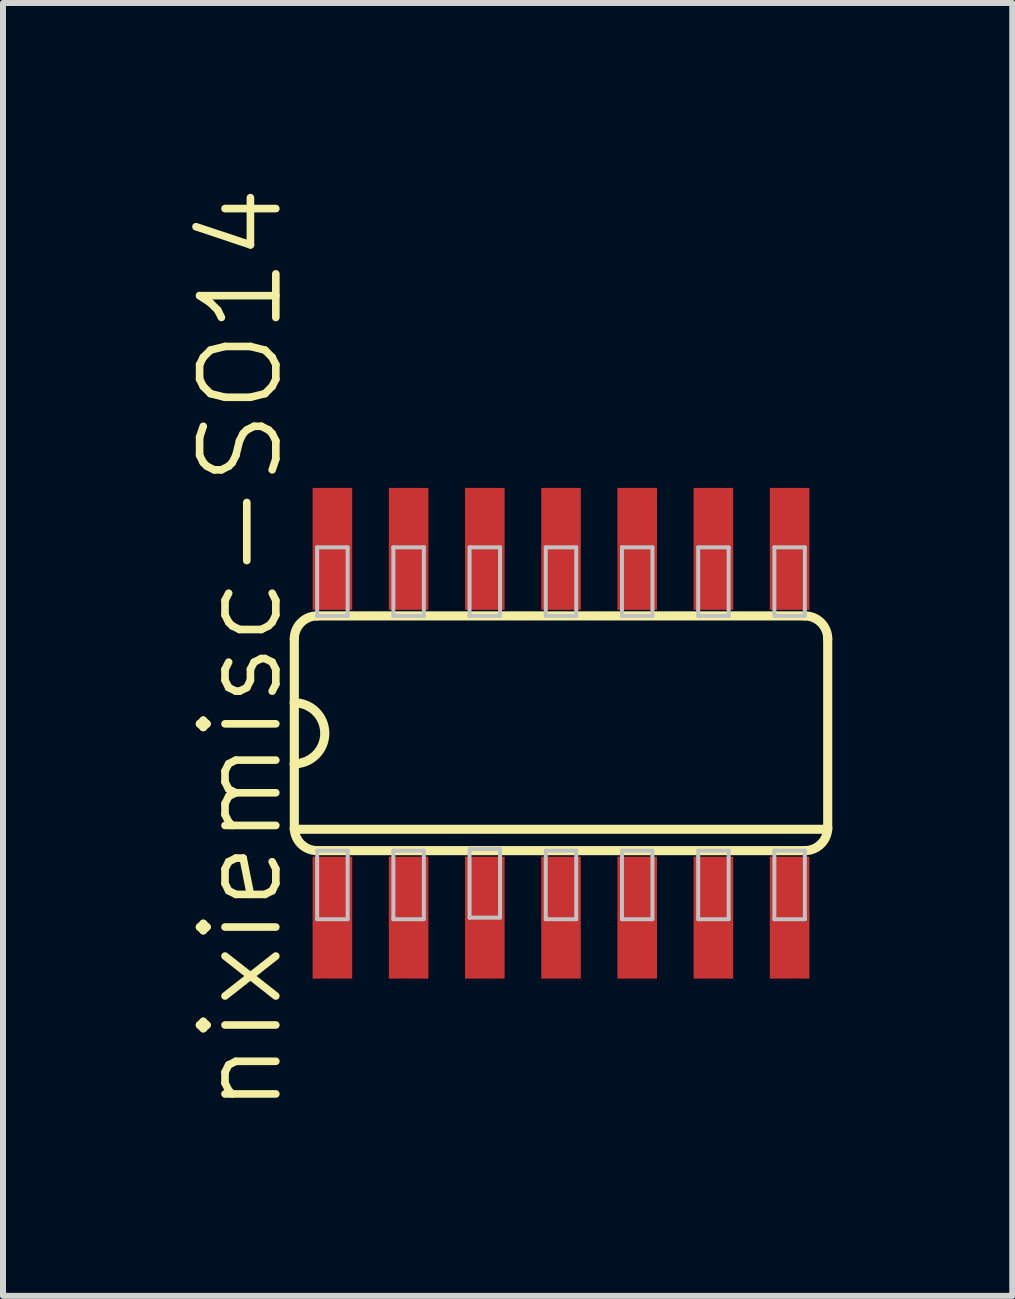
<source format=kicad_pcb>
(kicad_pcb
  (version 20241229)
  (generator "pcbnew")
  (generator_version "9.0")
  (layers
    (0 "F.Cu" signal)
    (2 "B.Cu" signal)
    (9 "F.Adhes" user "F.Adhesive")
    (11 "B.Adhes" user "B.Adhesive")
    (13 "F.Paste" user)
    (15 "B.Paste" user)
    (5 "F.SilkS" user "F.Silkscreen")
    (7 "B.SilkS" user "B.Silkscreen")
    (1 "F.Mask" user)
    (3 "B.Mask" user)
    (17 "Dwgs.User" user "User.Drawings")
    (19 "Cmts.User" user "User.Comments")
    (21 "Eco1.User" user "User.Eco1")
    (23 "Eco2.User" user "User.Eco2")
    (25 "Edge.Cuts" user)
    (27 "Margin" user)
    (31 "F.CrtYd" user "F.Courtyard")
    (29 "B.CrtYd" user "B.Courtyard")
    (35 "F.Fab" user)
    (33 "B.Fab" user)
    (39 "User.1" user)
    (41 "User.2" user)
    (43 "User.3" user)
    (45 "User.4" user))
  (footprint "nixiemisc-SO14"
    (layer "F.Cu")
    (at 6.3 9.171)
    (property "Reference" "nixiemisc-SO14" (at -5.334 -1.397 90) (layer "F.SilkS") (effects (font (size 1.27 1.27) (thickness 0.127))))
    (attr smd)
    (fp_line (start -4.445 -1.575) (end -4.445 -0.508) (stroke (width 0.152) (type solid)) (layer "F.SilkS"))
    (fp_line (start -4.445 -0.508) (end -4.445 0.508) (stroke (width 0.152) (type solid)) (layer "F.SilkS"))
    (fp_line (start -4.445 0.508) (end -4.445 1.575) (stroke (width 0.152) (type solid)) (layer "F.SilkS"))
    (fp_line (start -4.445 1.6) (end 4.445 1.6) (stroke (width 0.152) (type solid)) (layer "F.SilkS"))
    (fp_line (start -4.064 1.956) (end 4.064 1.956) (stroke (width 0.152) (type solid)) (layer "F.SilkS"))
    (fp_line (start 4.064 -1.956) (end -4.064 -1.956) (stroke (width 0.152) (type solid)) (layer "F.SilkS"))
    (fp_line (start 4.445 1.575) (end 4.445 -1.575) (stroke (width 0.152) (type solid)) (layer "F.SilkS"))
    (fp_arc (start -4.445 -1.5748) (mid -4.333408 -1.844208) (end -4.064 -1.9558) (stroke (width 0.1524) (type solid)) (layer "F.SilkS"))
    (fp_arc (start -4.445 -0.508) (mid -3.937 0) (end -4.445 0.508) (stroke (width 0.1524) (type solid)) (layer "F.SilkS"))
    (fp_arc (start -4.064 1.9558) (mid -4.333408 1.844208) (end -4.445 1.5748) (stroke (width 0.1524) (type solid)) (layer "F.SilkS"))
    (fp_arc (start 4.064 -1.9558) (mid 4.333408 -1.844208) (end 4.445 -1.5748) (stroke (width 0.1524) (type solid)) (layer "F.SilkS"))
    (fp_arc (start 4.445 1.5748) (mid 4.333408 1.844208) (end 4.064 1.9558) (stroke (width 0.1524) (type solid)) (layer "F.SilkS"))
    (fp_line (start -4.064 -3.099) (end -3.556 -3.099) (stroke (width 0.066) (type solid)) (layer "Dwgs.User"))
    (fp_line (start -4.064 -1.956) (end -4.064 -3.099) (stroke (width 0.066) (type solid)) (layer "Dwgs.User"))
    (fp_line (start -4.064 -1.956) (end -3.556 -1.956) (stroke (width 0.066) (type solid)) (layer "Dwgs.User"))
    (fp_line (start -4.064 1.956) (end -3.556 1.956) (stroke (width 0.066) (type solid)) (layer "Dwgs.User"))
    (fp_line (start -4.064 3.099) (end -4.064 1.956) (stroke (width 0.066) (type solid)) (layer "Dwgs.User"))
    (fp_line (start -4.064 3.099) (end -3.556 3.099) (stroke (width 0.066) (type solid)) (layer "Dwgs.User"))
    (fp_line (start -3.556 -1.956) (end -3.556 -3.099) (stroke (width 0.066) (type solid)) (layer "Dwgs.User"))
    (fp_line (start -3.556 3.099) (end -3.556 1.956) (stroke (width 0.066) (type solid)) (layer "Dwgs.User"))
    (fp_line (start -2.794 -3.099) (end -2.286 -3.099) (stroke (width 0.066) (type solid)) (layer "Dwgs.User"))
    (fp_line (start -2.794 -1.956) (end -2.794 -3.099) (stroke (width 0.066) (type solid)) (layer "Dwgs.User"))
    (fp_line (start -2.794 -1.956) (end -2.286 -1.956) (stroke (width 0.066) (type solid)) (layer "Dwgs.User"))
    (fp_line (start -2.794 1.956) (end -2.286 1.956) (stroke (width 0.066) (type solid)) (layer "Dwgs.User"))
    (fp_line (start -2.794 3.099) (end -2.794 1.956) (stroke (width 0.066) (type solid)) (layer "Dwgs.User"))
    (fp_line (start -2.794 3.099) (end -2.286 3.099) (stroke (width 0.066) (type solid)) (layer "Dwgs.User"))
    (fp_line (start -2.286 -1.956) (end -2.286 -3.099) (stroke (width 0.066) (type solid)) (layer "Dwgs.User"))
    (fp_line (start -2.286 3.099) (end -2.286 1.956) (stroke (width 0.066) (type solid)) (layer "Dwgs.User"))
    (fp_line (start -1.524 -3.099) (end -1.016 -3.099) (stroke (width 0.066) (type solid)) (layer "Dwgs.User"))
    (fp_line (start -1.524 -1.956) (end -1.524 -3.099) (stroke (width 0.066) (type solid)) (layer "Dwgs.User"))
    (fp_line (start -1.524 -1.956) (end -1.016 -1.956) (stroke (width 0.066) (type solid)) (layer "Dwgs.User"))
    (fp_line (start -1.524 1.93) (end -1.016 1.93) (stroke (width 0.066) (type solid)) (layer "Dwgs.User"))
    (fp_line (start -1.524 3.073) (end -1.524 1.93) (stroke (width 0.066) (type solid)) (layer "Dwgs.User"))
    (fp_line (start -1.524 3.073) (end -1.016 3.073) (stroke (width 0.066) (type solid)) (layer "Dwgs.User"))
    (fp_line (start -1.016 -1.956) (end -1.016 -3.099) (stroke (width 0.066) (type solid)) (layer "Dwgs.User"))
    (fp_line (start -1.016 3.073) (end -1.016 1.93) (stroke (width 0.066) (type solid)) (layer "Dwgs.User"))
    (fp_line (start -0.254 -3.099) (end 0.254 -3.099) (stroke (width 0.066) (type solid)) (layer "Dwgs.User"))
    (fp_line (start -0.254 -1.956) (end -0.254 -3.099) (stroke (width 0.066) (type solid)) (layer "Dwgs.User"))
    (fp_line (start -0.254 -1.956) (end 0.254 -1.956) (stroke (width 0.066) (type solid)) (layer "Dwgs.User"))
    (fp_line (start -0.254 1.956) (end 0.254 1.956) (stroke (width 0.066) (type solid)) (layer "Dwgs.User"))
    (fp_line (start -0.254 3.099) (end -0.254 1.956) (stroke (width 0.066) (type solid)) (layer "Dwgs.User"))
    (fp_line (start -0.254 3.099) (end 0.254 3.099) (stroke (width 0.066) (type solid)) (layer "Dwgs.User"))
    (fp_line (start 0.254 -1.956) (end 0.254 -3.099) (stroke (width 0.066) (type solid)) (layer "Dwgs.User"))
    (fp_line (start 0.254 3.099) (end 0.254 1.956) (stroke (width 0.066) (type solid)) (layer "Dwgs.User"))
    (fp_line (start 1.016 -3.099) (end 1.524 -3.099) (stroke (width 0.066) (type solid)) (layer "Dwgs.User"))
    (fp_line (start 1.016 -1.956) (end 1.016 -3.099) (stroke (width 0.066) (type solid)) (layer "Dwgs.User"))
    (fp_line (start 1.016 -1.956) (end 1.524 -1.956) (stroke (width 0.066) (type solid)) (layer "Dwgs.User"))
    (fp_line (start 1.016 1.956) (end 1.524 1.956) (stroke (width 0.066) (type solid)) (layer "Dwgs.User"))
    (fp_line (start 1.016 3.099) (end 1.016 1.956) (stroke (width 0.066) (type solid)) (layer "Dwgs.User"))
    (fp_line (start 1.016 3.099) (end 1.524 3.099) (stroke (width 0.066) (type solid)) (layer "Dwgs.User"))
    (fp_line (start 1.524 -1.956) (end 1.524 -3.099) (stroke (width 0.066) (type solid)) (layer "Dwgs.User"))
    (fp_line (start 1.524 3.099) (end 1.524 1.956) (stroke (width 0.066) (type solid)) (layer "Dwgs.User"))
    (fp_line (start 2.286 -3.099) (end 2.794 -3.099) (stroke (width 0.066) (type solid)) (layer "Dwgs.User"))
    (fp_line (start 2.286 -1.956) (end 2.286 -3.099) (stroke (width 0.066) (type solid)) (layer "Dwgs.User"))
    (fp_line (start 2.286 -1.956) (end 2.794 -1.956) (stroke (width 0.066) (type solid)) (layer "Dwgs.User"))
    (fp_line (start 2.286 1.956) (end 2.794 1.956) (stroke (width 0.066) (type solid)) (layer "Dwgs.User"))
    (fp_line (start 2.286 3.099) (end 2.286 1.956) (stroke (width 0.066) (type solid)) (layer "Dwgs.User"))
    (fp_line (start 2.286 3.099) (end 2.794 3.099) (stroke (width 0.066) (type solid)) (layer "Dwgs.User"))
    (fp_line (start 2.794 -1.956) (end 2.794 -3.099) (stroke (width 0.066) (type solid)) (layer "Dwgs.User"))
    (fp_line (start 2.794 3.099) (end 2.794 1.956) (stroke (width 0.066) (type solid)) (layer "Dwgs.User"))
    (fp_line (start 3.556 -3.099) (end 4.064 -3.099) (stroke (width 0.066) (type solid)) (layer "Dwgs.User"))
    (fp_line (start 3.556 -1.956) (end 3.556 -3.099) (stroke (width 0.066) (type solid)) (layer "Dwgs.User"))
    (fp_line (start 3.556 -1.956) (end 4.064 -1.956) (stroke (width 0.066) (type solid)) (layer "Dwgs.User"))
    (fp_line (start 3.556 1.956) (end 4.064 1.956) (stroke (width 0.066) (type solid)) (layer "Dwgs.User"))
    (fp_line (start 3.556 3.099) (end 3.556 1.956) (stroke (width 0.066) (type solid)) (layer "Dwgs.User"))
    (fp_line (start 3.556 3.099) (end 4.064 3.099) (stroke (width 0.066) (type solid)) (layer "Dwgs.User"))
    (fp_line (start 4.064 -1.956) (end 4.064 -3.099) (stroke (width 0.066) (type solid)) (layer "Dwgs.User"))
    (fp_line (start 4.064 3.099) (end 4.064 1.956) (stroke (width 0.066) (type solid)) (layer "Dwgs.User"))
    (pad "1" smd rect (at -3.81 3.073) (size 0.66 2.032) (layers "F.Cu" "F.Mask" "F.Paste"))
    (pad "2" smd rect (at -2.54 3.073) (size 0.66 2.032) (layers "F.Cu" "F.Mask" "F.Paste"))
    (pad "3" smd rect (at -1.27 3.073) (size 0.66 2.032) (layers "F.Cu" "F.Mask" "F.Paste"))
    (pad "4" smd rect (at 0 3.073) (size 0.66 2.032) (layers "F.Cu" "F.Mask" "F.Paste"))
    (pad "5" smd rect (at 1.27 3.073) (size 0.66 2.032) (layers "F.Cu" "F.Mask" "F.Paste"))
    (pad "6" smd rect (at 2.54 3.073) (size 0.66 2.032) (layers "F.Cu" "F.Mask" "F.Paste"))
    (pad "7" smd rect (at 3.81 3.073) (size 0.66 2.032) (layers "F.Cu" "F.Mask" "F.Paste"))
    (pad "8" smd rect (at 3.81 -3.073) (size 0.66 2.032) (layers "F.Cu" "F.Mask" "F.Paste"))
    (pad "9" smd rect (at 2.54 -3.073) (size 0.66 2.032) (layers "F.Cu" "F.Mask" "F.Paste"))
    (pad "10" smd rect (at 1.27 -3.073) (size 0.66 2.032) (layers "F.Cu" "F.Mask" "F.Paste"))
    (pad "11" smd rect (at 0 -3.073) (size 0.66 2.032) (layers "F.Cu" "F.Mask" "F.Paste"))
    (pad "12" smd rect (at -1.27 -3.073) (size 0.66 2.032) (layers "F.Cu" "F.Mask" "F.Paste"))
    (pad "13" smd rect (at -2.54 -3.073) (size 0.66 2.032) (layers "F.Cu" "F.Mask" "F.Paste"))
    (pad "14" smd rect (at -3.81 -3.073) (size 0.66 2.032) (layers "F.Cu" "F.Mask" "F.Paste")))
  (gr_rect
    (start -3 -3)
    (end 13.821 18.548)
    (stroke (width 0.1) (type default))
    (fill no)
    (layer "Edge.Cuts")))
</source>
